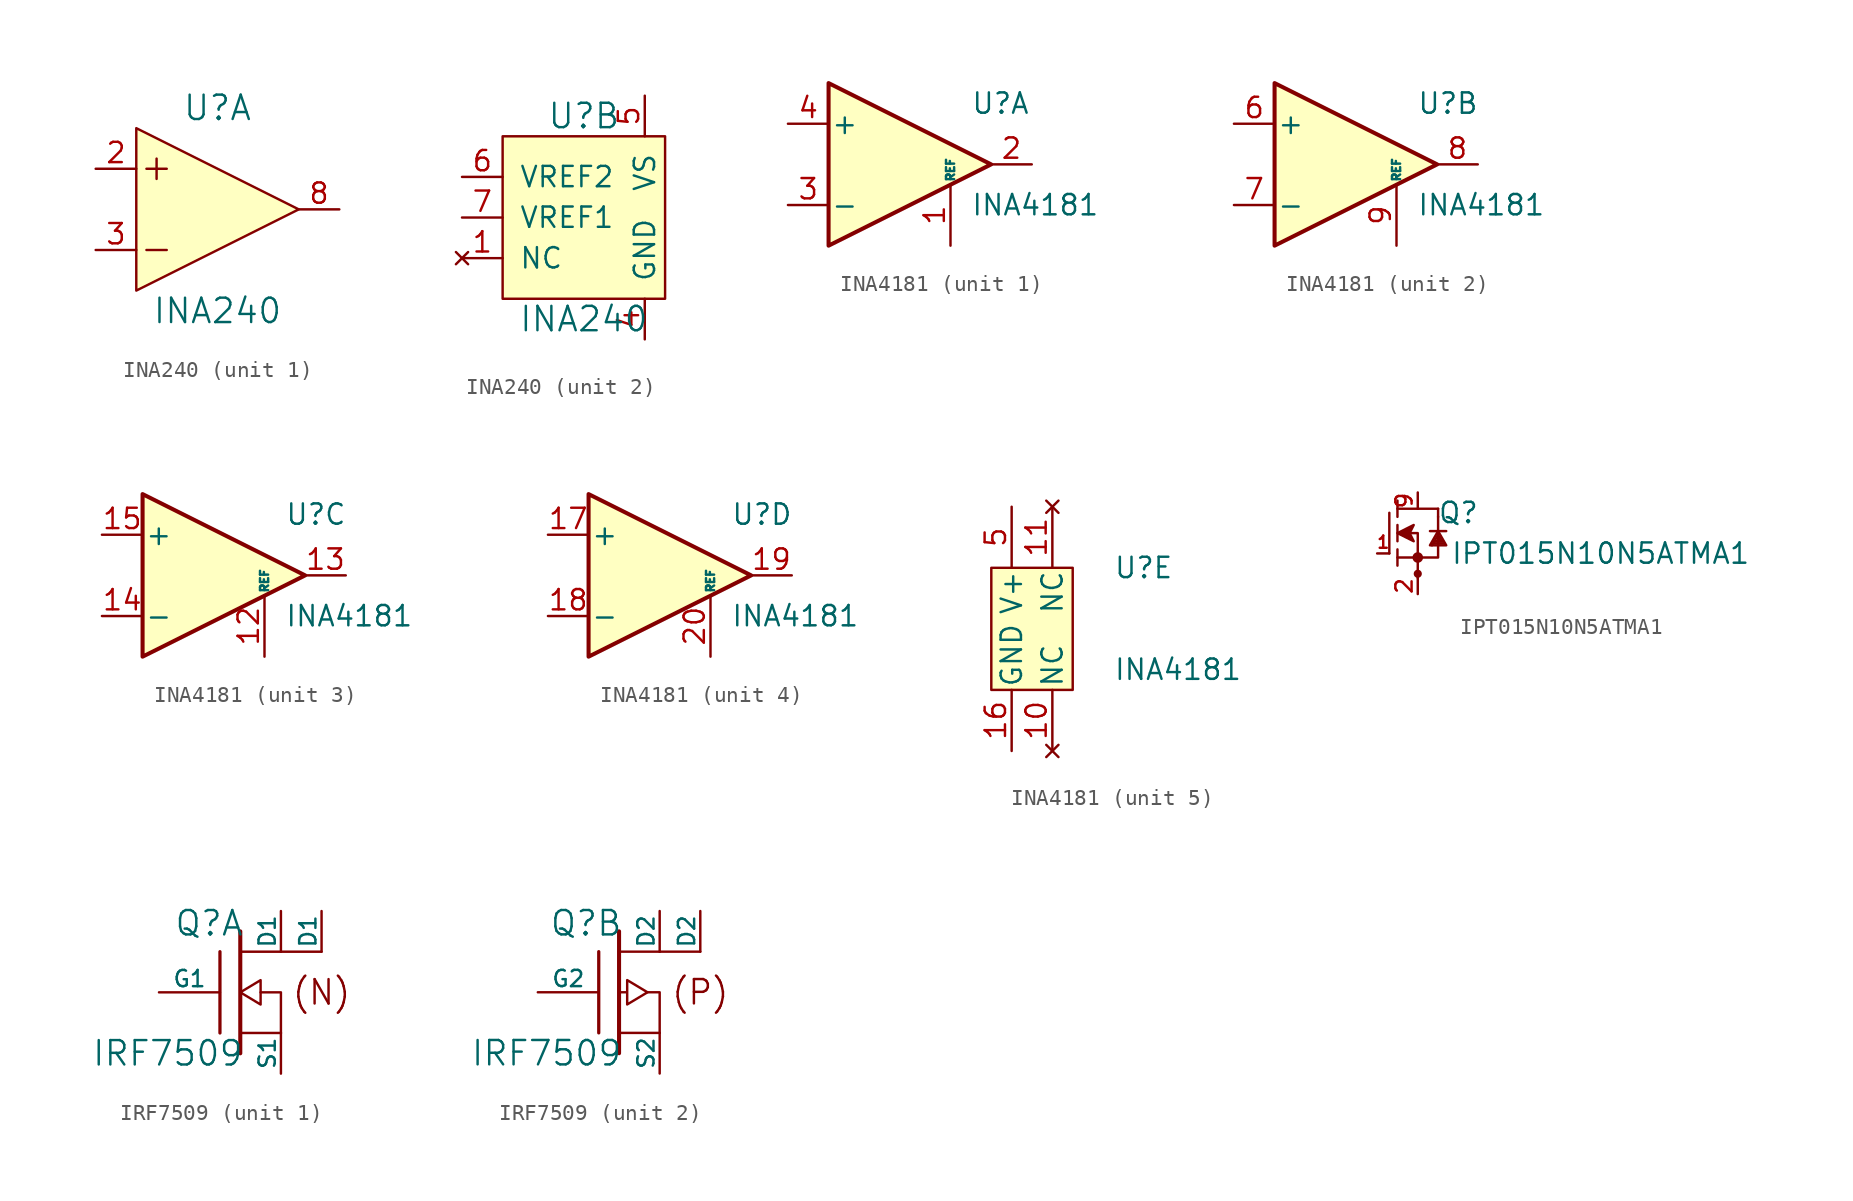
<source format=kicad_sym>
(kicad_symbol_lib
  (version 20211014)
  (generator kicad_symbol_editor)
  (symbol "INA240"
    (pin_names
      (offset 1.016))
    (property "Reference" "U"
      (at 0 6.35 0)
      (effects (font (size 1.524 1.524))))
    (property "Value" "INA240"
      (at 0 -6.35 0)
      (effects (font (size 1.524 1.524))))
    (symbol "INA240_1_1"
      (polyline (pts (xy -4.445 -2.54) (xy -3.175 -2.54)) (stroke (width 0) (type default) (color 0 0 0 0)) (fill (type none)))
      (polyline (pts (xy -4.445 2.54) (xy -3.175 2.54)) (stroke (width 0) (type default) (color 0 0 0 0)) (fill (type none)))
      (polyline (pts (xy -3.81 3.175) (xy -3.81 1.905)) (stroke (width 0) (type default) (color 0 0 0 0)) (fill (type none)))
      (polyline (pts (xy -5.08 5.08) (xy -5.08 -5.08) (xy 5.08 0) (xy -5.08 5.08)) (stroke (width 0) (type default) (color 0 0 0 0)) (fill (type background)))
      (pin input line (at -7.62 2.54 0) (length 2.54) (name "IN+" (effects (font (size 0 0)))) (number "2" (effects (font (size 1.27 1.27)))))
      (pin input line (at -7.62 -2.54 0) (length 2.54) (name "IN-" (effects (font (size 0 0)))) (number "3" (effects (font (size 1.27 1.27)))))
      (pin output line (at 7.62 0 180) (length 2.54) (name "OUT" (effects (font (size 0 0)))) (number "8" (effects (font (size 1.27 1.27))))))
    (symbol "INA240_2_1"
      (rectangle (start -5.08 5.08) (end 5.08 -5.08) (stroke (width 0) (type default) (color 0 0 0 0)) (fill (type background)))
      (pin no_connect line (at -7.62 -2.54 0) (length 2.54) (name "NC" (effects (font (size 1.27 1.27)))) (number "1" (effects (font (size 1.27 1.27)))))
      (pin input line (at 3.81 -7.62 90) (length 2.54) (name "GND" (effects (font (size 1.27 1.27)))) (number "4" (effects (font (size 1.27 1.27)))))
      (pin input line (at 3.81 7.62 270) (length 2.54) (name "VS" (effects (font (size 1.27 1.27)))) (number "5" (effects (font (size 1.27 1.27)))))
      (pin input line (at -7.62 2.54 0) (length 2.54) (name "VREF2" (effects (font (size 1.27 1.27)))) (number "6" (effects (font (size 1.27 1.27)))))
      (pin input line (at -7.62 0 0) (length 2.54) (name "VREF1" (effects (font (size 1.27 1.27)))) (number "7" (effects (font (size 1.27 1.27)))))))
  (symbol "INA4181"
    (pin_names
      (offset 0.127))
    (property "Reference" "U"
      (at 3.81 3.81 0)
      (effects (font (size 1.27 1.27)) (justify left)))
    (property "Value" "INA4181"
      (at 3.81 -2.54 0)
      (effects (font (size 1.27 1.27)) (justify left)))
    (property "ki_locked" ""
      (at 0 0 0)
      (effects (font (size 1.27 1.27))))
    (symbol "INA4181_1_1"
      (polyline (pts (xy 5.08 0) (xy -5.08 5.08) (xy -5.08 -5.08) (xy 5.08 0)) (stroke (width 0.254) (type default) (color 0 0 0 0)) (fill (type background)))
      (pin input line (at 2.54 -5.08 90) (length 3.81) (name "REF" (effects (font (size 0.508 0.508)))) (number "1" (effects (font (size 1.27 1.27)))))
      (pin output line (at 7.62 0 180) (length 2.54) (name "~" (effects (font (size 1.27 1.27)))) (number "2" (effects (font (size 1.27 1.27)))))
      (pin input line (at -7.62 -2.54 0) (length 2.54) (name "-" (effects (font (size 1.27 1.27)))) (number "3" (effects (font (size 1.27 1.27)))))
      (pin input line (at -7.62 2.54 0) (length 2.54) (name "+" (effects (font (size 1.27 1.27)))) (number "4" (effects (font (size 1.27 1.27))))))
    (symbol "INA4181_2_1"
      (polyline (pts (xy -5.08 5.08) (xy 5.08 0) (xy -5.08 -5.08) (xy -5.08 5.08)) (stroke (width 0.254) (type default) (color 0 0 0 0)) (fill (type background)))
      (pin input line (at -7.62 2.54 0) (length 2.54) (name "+" (effects (font (size 1.27 1.27)))) (number "6" (effects (font (size 1.27 1.27)))))
      (pin input line (at -7.62 -2.54 0) (length 2.54) (name "-" (effects (font (size 1.27 1.27)))) (number "7" (effects (font (size 1.27 1.27)))))
      (pin output line (at 7.62 0 180) (length 2.54) (name "~" (effects (font (size 1.27 1.27)))) (number "8" (effects (font (size 1.27 1.27)))))
      (pin input line (at 2.54 -5.08 90) (length 3.81) (name "REF" (effects (font (size 0.508 0.508)))) (number "9" (effects (font (size 1.27 1.27))))))
    (symbol "INA4181_3_1"
      (polyline (pts (xy -5.08 5.08) (xy 5.08 0) (xy -5.08 -5.08) (xy -5.08 5.08)) (stroke (width 0.254) (type default) (color 0 0 0 0)) (fill (type background)))
      (pin input line (at 2.54 -5.08 90) (length 3.81) (name "REF" (effects (font (size 0.508 0.508)))) (number "12" (effects (font (size 1.27 1.27)))))
      (pin output line (at 7.62 0 180) (length 2.54) (name "~" (effects (font (size 1.27 1.27)))) (number "13" (effects (font (size 1.27 1.27)))))
      (pin input line (at -7.62 -2.54 0) (length 2.54) (name "-" (effects (font (size 1.27 1.27)))) (number "14" (effects (font (size 1.27 1.27)))))
      (pin input line (at -7.62 2.54 0) (length 2.54) (name "+" (effects (font (size 1.27 1.27)))) (number "15" (effects (font (size 1.27 1.27))))))
    (symbol "INA4181_4_1"
      (polyline (pts (xy -5.08 5.08) (xy 5.08 0) (xy -5.08 -5.08) (xy -5.08 5.08)) (stroke (width 0.254) (type default) (color 0 0 0 0)) (fill (type background)))
      (pin input line (at -7.62 2.54 0) (length 2.54) (name "+" (effects (font (size 1.27 1.27)))) (number "17" (effects (font (size 1.27 1.27)))))
      (pin input line (at -7.62 -2.54 0) (length 2.54) (name "-" (effects (font (size 1.27 1.27)))) (number "18" (effects (font (size 1.27 1.27)))))
      (pin output line (at 7.62 0 180) (length 2.54) (name "~" (effects (font (size 1.27 1.27)))) (number "19" (effects (font (size 1.27 1.27)))))
      (pin input line (at 2.54 -5.08 90) (length 3.81) (name "REF" (effects (font (size 0.508 0.508)))) (number "20" (effects (font (size 1.27 1.27))))))
    (symbol "INA4181_5_1"
      (rectangle (start -3.81 3.81) (end 1.27 -3.81) (stroke (width 0) (type default) (color 0 0 0 0)) (fill (type background)))
      (pin no_connect line (at 0 -7.62 90) (length 3.81) (name "NC" (effects (font (size 1.27 1.27)))) (number "10" (effects (font (size 1.27 1.27)))))
      (pin no_connect line (at 0 7.62 270) (length 3.81) (name "NC" (effects (font (size 1.27 1.27)))) (number "11" (effects (font (size 1.27 1.27)))))
      (pin power_in line (at -2.54 -7.62 90) (length 3.81) (name "GND" (effects (font (size 1.27 1.27)))) (number "16" (effects (font (size 1.27 1.27)))))
      (pin power_in line (at -2.54 7.62 270) (length 3.81) (name "V+" (effects (font (size 1.27 1.27)))) (number "5" (effects (font (size 1.27 1.27)))))))
  (symbol "IPT015N10N5ATMA1"
    (pin_names
      (offset 0) hide)
    (property "Reference" "Q"
      (at 3.81 1.27 0)
      (effects (font (size 1.27 1.27))))
    (property "Value" "IPT015N10N5ATMA1"
      (at 12.7 -1.27 0)
      (effects (font (size 1.27 1.27))))
    (symbol "IPT015N10N5ATMA1_0_1"
      (polyline (pts (xy -0.508 1.27) (xy -0.508 -1.27)) (stroke (width 0) (type default) (color 0 0 0 0)) (fill (type none)))
      (polyline (pts (xy 0 -1.524) (xy 1.27 -1.524)) (stroke (width 0) (type default) (color 0 0 0 0)) (fill (type none)))
      (polyline (pts (xy 0 -1.016) (xy 0 -2.032)) (stroke (width 0) (type default) (color 0 0 0 0)) (fill (type none)))
      (polyline (pts (xy 0 -0.508) (xy 0 0.508)) (stroke (width 0) (type default) (color 0 0 0 0)) (fill (type none)))
      (polyline (pts (xy 0 1.016) (xy 0 2.032)) (stroke (width 0) (type default) (color 0 0 0 0)) (fill (type none)))
      (polyline (pts (xy 0 1.524) (xy 1.27 1.524)) (stroke (width 0) (type default) (color 0 0 0 0)) (fill (type none)))
      (polyline (pts (xy 1.27 -2.54) (xy 1.27 -2.54)) (stroke (width 0) (type default) (color 0 0 0 0)) (fill (type none)))
      (polyline (pts (xy 1.27 -2.54) (xy 1.27 -2.54)) (stroke (width 0.508) (type default) (color 0 0 0 0)) (fill (type none)))
      (polyline (pts (xy 1.27 -1.524) (xy 1.27 -2.794)) (stroke (width 0) (type default) (color 0 0 0 0)) (fill (type none)))
      (polyline (pts (xy 2.159 -0.762) (xy 2.54 -0.127)) (stroke (width 0) (type default) (color 0 0 0 0)) (fill (type none)))
      (polyline (pts (xy 2.286 -0.635) (xy 2.921 -0.635)) (stroke (width 0) (type default) (color 0 0 0 0)) (fill (type none)))
      (polyline (pts (xy 2.54 -0.127) (xy 2.794 -0.508)) (stroke (width 0) (type default) (color 0 0 0 0)) (fill (type none)))
      (polyline (pts (xy 2.54 0) (xy 2.54 -0.762)) (stroke (width 0) (type default) (color 0 0 0 0)) (fill (type none)))
      (polyline (pts (xy 2.54 0.127) (xy 2.54 1.016)) (stroke (width 0) (type default) (color 0 0 0 0)) (fill (type none)))
      (polyline (pts (xy 2.54 1.016) (xy 2.54 1.524)) (stroke (width 0) (type default) (color 0 0 0 0)) (fill (type none)))
      (polyline (pts (xy 2.54 1.524) (xy 1.27 1.524)) (stroke (width 0) (type default) (color 0 0 0 0)) (fill (type none)))
      (polyline (pts (xy 2.667 -0.254) (xy 2.667 -0.508)) (stroke (width 0) (type default) (color 0 0 0 0)) (fill (type none)))
      (polyline (pts (xy 2.794 -0.508) (xy 2.286 -0.508)) (stroke (width 0) (type default) (color 0 0 0 0)) (fill (type none)))
      (polyline (pts (xy 3.048 0.127) (xy 2.032 0.127)) (stroke (width 0) (type default) (color 0 0 0 0)) (fill (type none)))
      (polyline (pts (xy 0.762 0) (xy 1.27 0) (xy 1.27 -1.524)) (stroke (width 0) (type default) (color 0 0 0 0)) (fill (type none)))
      (polyline (pts (xy 2.54 -0.762) (xy 2.54 -1.524) (xy 1.27 -1.524)) (stroke (width 0) (type default) (color 0 0 0 0)) (fill (type none)))
      (polyline (pts (xy 2.54 0.127) (xy 2.032 -0.762) (xy 3.048 -0.762) (xy 2.54 0.127)) (stroke (width 0) (type default) (color 0 0 0 0)) (fill (type none)))
      (polyline (pts (xy 0 0) (xy 1.016 0.508) (xy 0.762 0) (xy 1.016 -0.508) (xy 0 0)) (stroke (width 0) (type default) (color 0 0 0 0)) (fill (type outline)))
      (circle (center 1.27 -1.524) (radius 0.254) (stroke (width 0) (type default) (color 0 0 0 0)) (fill (type outline))))
    (symbol "IPT015N10N5ATMA1_1_1"
      (pin passive line (at -1.27 -1.27 0) (length 0.762) (name "G" (effects (font (size 1.016 1.016)))) (number "1" (effects (font (size 0.762 0.762)))))
      (pin passive line (at 1.27 -3.81 90) (length 1.016) (name "S" (effects (font (size 1.27 1.27)))) (number "2" (effects (font (size 1.016 1.016)))))
      (pin passive line (at 1.27 -3.81 90) (length 1.016) hide (name "S" (effects (font (size 1.27 1.27)))) (number "3" (effects (font (size 1.016 1.016)))))
      (pin passive line (at 1.27 -3.81 90) (length 1.016) hide (name "S" (effects (font (size 1.27 1.27)))) (number "4" (effects (font (size 1.016 1.016)))))
      (pin passive line (at 1.27 -3.81 90) (length 1.016) hide (name "S" (effects (font (size 1.27 1.27)))) (number "5" (effects (font (size 1.016 1.016)))))
      (pin passive line (at 1.27 -3.81 90) (length 1.016) hide (name "S" (effects (font (size 1.27 1.27)))) (number "6" (effects (font (size 1.016 1.016)))))
      (pin passive line (at 1.27 -3.81 90) (length 1.016) hide (name "S" (effects (font (size 1.27 1.27)))) (number "7" (effects (font (size 1.016 1.016)))))
      (pin passive line (at 1.27 -3.81 90) (length 1.016) hide (name "S" (effects (font (size 1.27 1.27)))) (number "8" (effects (font (size 1.016 1.016)))))
      (pin passive line (at 1.27 2.54 270) (length 1.016) (name "D" (effects (font (size 1.27 1.27)))) (number "9" (effects (font (size 1.016 1.016)))))))
  (symbol "IRF7509"
    (pin_numbers hide)
    (pin_names
      (offset 0))
    (property "Reference" "Q"
      (at 0.254 4.318 0)
      (effects (font (size 1.524 1.524)) (justify right)))
    (property "Value" "IRF7509"
      (at 0.254 -3.81 0)
      (effects (font (size 1.524 1.524)) (justify right)))
    (property "Footprint" ""
      (at 0 0 0)
      (effects (font (size 1.524 1.524))))
    (property "Datasheet" ""
      (at 0 0 0)
      (effects (font (size 1.524 1.524))))
    (symbol "IRF7509_0_0"
      (polyline (pts (xy 5.08 2.54) (xy 2.54 2.54)) (stroke (width 0) (type default) (color 0 0 0 0)) (fill (type none))))
    (symbol "IRF7509_0_1"
      (polyline (pts (xy -1.27 -2.54) (xy -1.27 2.54)) (stroke (width 0.203) (type default) (color 0 0 0 0)) (fill (type none)))
      (polyline (pts (xy 0 -3.81) (xy 0 3.81)) (stroke (width 0.254) (type default) (color 0 0 0 0)) (fill (type none)))
      (polyline (pts (xy 2.54 -2.54) (xy 0 -2.54)) (stroke (width 0) (type default) (color 0 0 0 0)) (fill (type none)))
      (polyline (pts (xy 2.54 2.54) (xy 0 2.54)) (stroke (width 0) (type default) (color 0 0 0 0)) (fill (type none))))
    (symbol "IRF7509_1_0"
      (polyline (pts (xy 2.54 -2.54) (xy 2.54 0) (xy 1.27 0)) (stroke (width 0) (type default) (color 0 0 0 0)) (fill (type none)))
      (polyline (pts (xy 1.27 0.762) (xy 1.27 -0.762) (xy 0 0) (xy 1.27 0.762) (xy 1.27 0.762)) (stroke (width 0) (type default) (color 0 0 0 0)) (fill (type none)))
      (text "(N)" (at 5.08 0 0) (effects (font (size 1.524 1.524)))))
    (symbol "IRF7509_1_1"
      (pin passive line (at 2.54 -5.08 90) (length 2.54) (name "S1" (effects (font (size 1.016 1.016)))) (number "1" (effects (font (size 1.016 1.016)))))
      (pin input line (at -5.08 0 0) (length 3.81) (name "G1" (effects (font (size 1.016 1.016)))) (number "2" (effects (font (size 1.016 1.016)))))
      (pin passive line (at 2.54 5.08 270) (length 2.54) (name "D1" (effects (font (size 1.016 1.016)))) (number "7" (effects (font (size 1.016 1.016)))))
      (pin passive line (at 5.08 5.08 270) (length 2.54) (name "D1" (effects (font (size 1.016 1.016)))) (number "8" (effects (font (size 1.016 1.016))))))
    (symbol "IRF7509_2_0"
      (polyline (pts (xy 1.778 0) (xy 2.54 0) (xy 2.54 -2.54)) (stroke (width 0) (type default) (color 0 0 0 0)) (fill (type none)))
      (polyline (pts (xy 0 0) (xy 0.508 0) (xy 0.508 0.762) (xy 1.778 0) (xy 0.508 -0.762) (xy 0.508 0)) (stroke (width 0) (type default) (color 0 0 0 0)) (fill (type none)))
      (text "(P)" (at 5.08 0 0) (effects (font (size 1.524 1.524)))))
    (symbol "IRF7509_2_1"
      (pin passive line (at 2.54 -5.08 90) (length 2.54) (name "S2" (effects (font (size 1.016 1.016)))) (number "3" (effects (font (size 1.016 1.016)))))
      (pin input line (at -5.08 0 0) (length 3.81) (name "G2" (effects (font (size 1.016 1.016)))) (number "4" (effects (font (size 1.016 1.016)))))
      (pin passive line (at 2.54 5.08 270) (length 2.54) (name "D2" (effects (font (size 1.016 1.016)))) (number "5" (effects (font (size 1.016 1.016)))))
      (pin passive line (at 5.08 5.08 270) (length 2.54) (name "D2" (effects (font (size 1.016 1.016)))) (number "6" (effects (font (size 1.016 1.016))))))))
</source>
